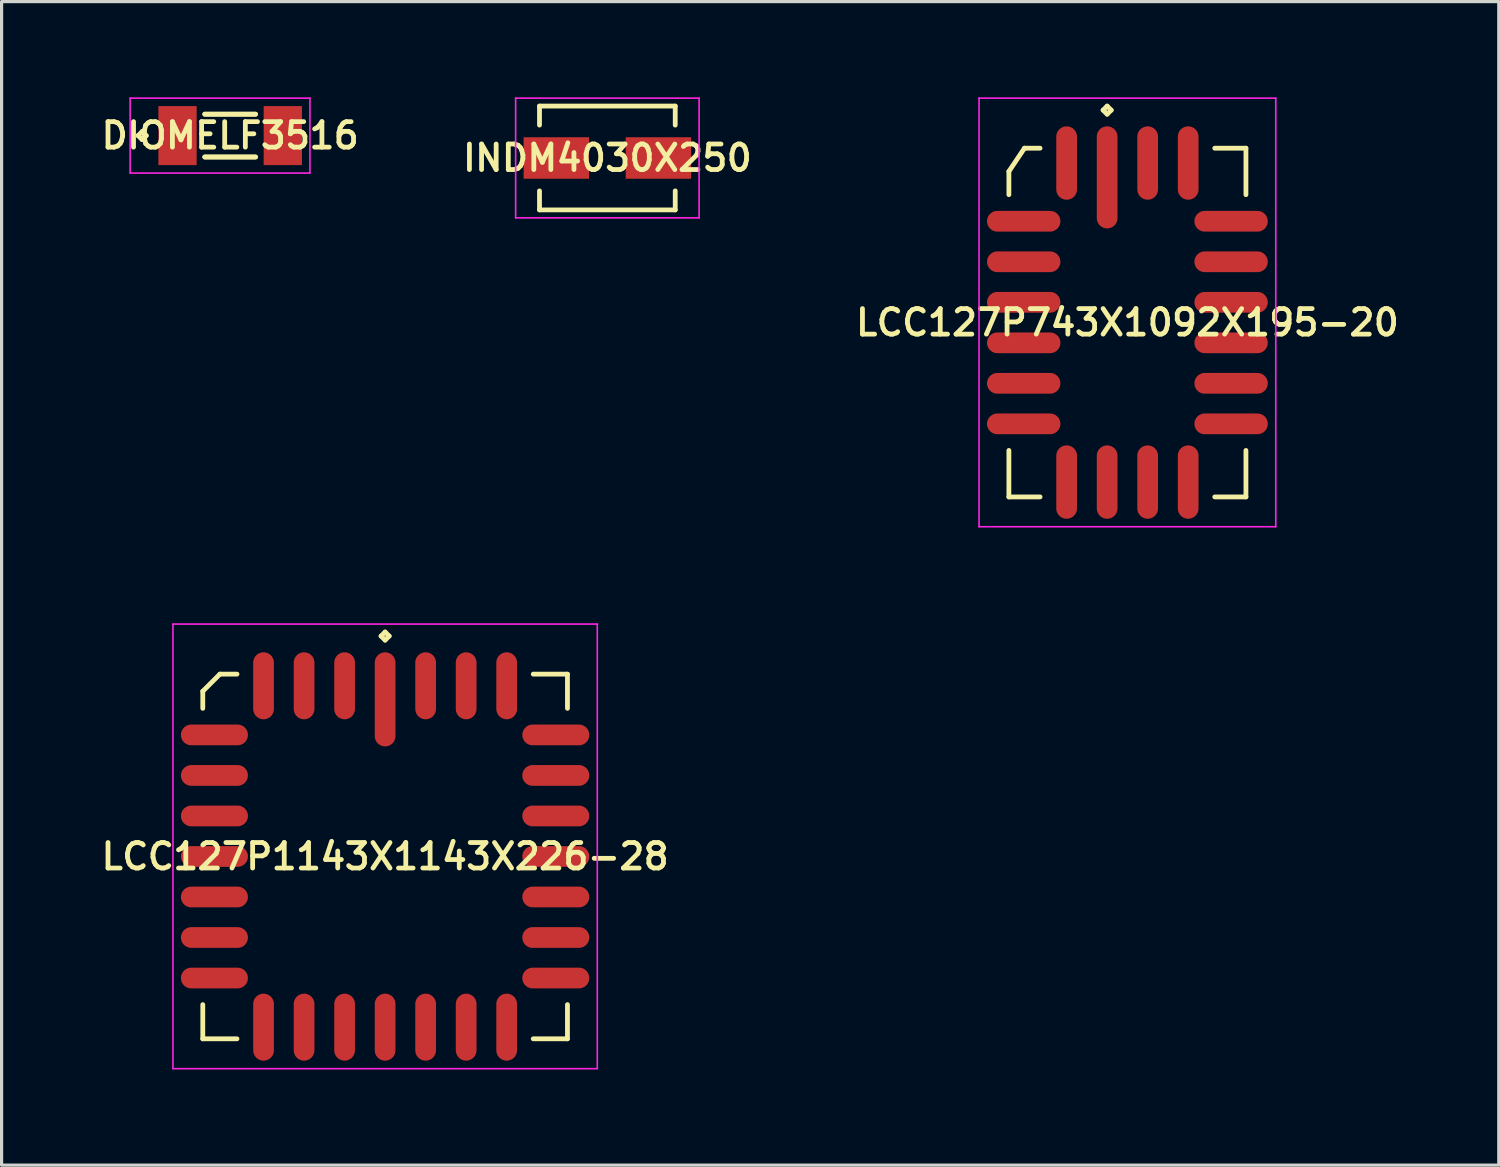
<source format=kicad_pcb>
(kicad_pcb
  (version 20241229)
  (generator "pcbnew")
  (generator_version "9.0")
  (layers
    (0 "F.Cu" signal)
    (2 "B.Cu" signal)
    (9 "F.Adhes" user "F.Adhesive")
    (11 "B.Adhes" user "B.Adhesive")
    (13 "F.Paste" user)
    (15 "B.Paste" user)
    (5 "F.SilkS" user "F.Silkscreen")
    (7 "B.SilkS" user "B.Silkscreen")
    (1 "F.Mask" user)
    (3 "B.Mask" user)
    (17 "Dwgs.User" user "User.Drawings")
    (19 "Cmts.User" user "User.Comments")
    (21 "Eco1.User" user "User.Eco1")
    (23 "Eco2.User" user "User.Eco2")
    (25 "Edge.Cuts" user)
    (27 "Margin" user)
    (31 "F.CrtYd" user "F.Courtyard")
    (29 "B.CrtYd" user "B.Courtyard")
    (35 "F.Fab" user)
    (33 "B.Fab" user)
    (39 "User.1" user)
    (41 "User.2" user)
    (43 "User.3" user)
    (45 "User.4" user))
  (footprint "INDM4030X250"
    (layer "F.Cu")
    (at 15.987 1.902)
    (property "Reference" "INDM4030X250" (at 0 0 0) (layer "F.SilkS") (effects (font (size 0.8 0.8) (thickness 0.15))))
    (attr smd)
    (fp_line (start -2.127 -1.627) (end 2.127 -1.627) (stroke (width 0.15) (type solid)) (layer "F.SilkS"))
    (fp_line (start -2.127 -1.031) (end -2.127 -1.627) (stroke (width 0.15) (type solid)) (layer "F.SilkS"))
    (fp_line (start -2.127 1.031) (end -2.127 1.627) (stroke (width 0.15) (type solid)) (layer "F.SilkS"))
    (fp_line (start -2.127 1.627) (end 2.127 1.627) (stroke (width 0.15) (type solid)) (layer "F.SilkS"))
    (fp_line (start 2.127 -1.627) (end 2.127 -1.031) (stroke (width 0.15) (type solid)) (layer "F.SilkS"))
    (fp_line (start 2.127 1.627) (end 2.127 1.031) (stroke (width 0.15) (type solid)) (layer "F.SilkS"))
    (fp_line (start -2.875 -1.877) (end 2.875 -1.877) (stroke (width 0.05) (type solid)) (layer "F.CrtYd"))
    (fp_line (start -2.875 1.877) (end -2.875 -1.877) (stroke (width 0.05) (type solid)) (layer "F.CrtYd"))
    (fp_line (start 2.875 -1.877) (end 2.875 1.877) (stroke (width 0.05) (type solid)) (layer "F.CrtYd"))
    (fp_line (start 2.875 1.877) (end -2.875 1.877) (stroke (width 0.05) (type solid)) (layer "F.CrtYd"))
    (pad "1" smd rect (at -1.6 0) (size 2.05 1.3) (layers "F.Cu" "F.Mask" "F.Paste"))
    (pad "2" smd rect (at 1.6 0) (size 2.05 1.3) (layers "F.Cu" "F.Mask" "F.Paste")))
  (footprint "DIOMELF3516"
    (layer "F.Cu")
    (at 4.164 1.2)
    (property "Reference" "DIOMELF3516" (at 0 0 0) (layer "F.SilkS") (effects (font (size 0.8 0.8) (thickness 0.15))))
    (attr smd)
    (fp_line (start -2.885 0) (end -2.758 -0.127) (stroke (width 0.15) (type solid)) (layer "F.SilkS"))
    (fp_line (start -2.758 -0.127) (end -2.631 0) (stroke (width 0.15) (type solid)) (layer "F.SilkS"))
    (fp_line (start -2.758 0.127) (end -2.885 0) (stroke (width 0.15) (type solid)) (layer "F.SilkS"))
    (fp_line (start -2.631 0) (end -2.758 0.127) (stroke (width 0.15) (type solid)) (layer "F.SilkS"))
    (fp_line (start -0.796 -0.671) (end 0.796 -0.671) (stroke (width 0.15) (type solid)) (layer "F.SilkS"))
    (fp_line (start -0.796 0.671) (end 0.796 0.671) (stroke (width 0.15) (type solid)) (layer "F.SilkS"))
    (fp_line (start 0.796 -0.671) (end -0.796 -0.671) (stroke (width 0.15) (type solid)) (layer "F.SilkS"))
    (fp_line (start 0.796 0.671) (end -0.796 0.671) (stroke (width 0.15) (type solid)) (layer "F.SilkS"))
    (fp_line (start -3.135 -1.175) (end 2.5 -1.175) (stroke (width 0.05) (type solid)) (layer "F.CrtYd"))
    (fp_line (start -3.135 1.175) (end -3.135 -1.175) (stroke (width 0.05) (type solid)) (layer "F.CrtYd"))
    (fp_line (start 2.5 -1.175) (end 2.5 1.175) (stroke (width 0.05) (type solid)) (layer "F.CrtYd"))
    (fp_line (start 2.5 1.175) (end -3.135 1.175) (stroke (width 0.05) (type solid)) (layer "F.CrtYd"))
    (pad "1" smd rect (at -1.65 0) (size 1.2 1.85) (layers "F.Cu" "F.Mask" "F.Paste"))
    (pad "2" smd rect (at 1.65 0) (size 1.2 1.85) (layers "F.Cu" "F.Mask" "F.Paste")))
  (footprint "LCC127P1143X1143X226-28"
    (layer "F.Cu")
    (at 9.021 23.795)
    (property "Reference" "LCC127P1143X1143X226-28" (at 0 0 0) (layer "F.SilkS") (effects (font (size 0.8 0.8) (thickness 0.15))))
    (attr smd)
    (fp_line (start -5.715 -5.179) (end -5.179 -5.715) (stroke (width 0.15) (type solid)) (layer "F.SilkS"))
    (fp_line (start -5.715 -4.643) (end -5.715 -5.179) (stroke (width 0.15) (type solid)) (layer "F.SilkS"))
    (fp_line (start -5.715 4.643) (end -5.715 5.715) (stroke (width 0.15) (type solid)) (layer "F.SilkS"))
    (fp_line (start -5.715 5.715) (end -4.643 5.715) (stroke (width 0.15) (type solid)) (layer "F.SilkS"))
    (fp_line (start -5.179 -5.715) (end -4.643 -5.715) (stroke (width 0.15) (type solid)) (layer "F.SilkS"))
    (fp_line (start -0.127 -6.908) (end 0 -7.035) (stroke (width 0.15) (type solid)) (layer "F.SilkS"))
    (fp_line (start 0 -7.035) (end 0.127 -6.908) (stroke (width 0.15) (type solid)) (layer "F.SilkS"))
    (fp_line (start 0 -6.781) (end -0.127 -6.908) (stroke (width 0.15) (type solid)) (layer "F.SilkS"))
    (fp_line (start 0.127 -6.908) (end 0 -6.781) (stroke (width 0.15) (type solid)) (layer "F.SilkS"))
    (fp_line (start 5.715 -5.715) (end 4.643 -5.715) (stroke (width 0.15) (type solid)) (layer "F.SilkS"))
    (fp_line (start 5.715 -4.643) (end 5.715 -5.715) (stroke (width 0.15) (type solid)) (layer "F.SilkS"))
    (fp_line (start 5.715 4.643) (end 5.715 5.715) (stroke (width 0.15) (type solid)) (layer "F.SilkS"))
    (fp_line (start 5.715 5.715) (end 4.643 5.715) (stroke (width 0.15) (type solid)) (layer "F.SilkS"))
    (fp_line (start -6.65 -7.285) (end 6.65 -7.285) (stroke (width 0.05) (type solid)) (layer "F.CrtYd"))
    (fp_line (start -6.65 6.65) (end -6.65 -7.285) (stroke (width 0.05) (type solid)) (layer "F.CrtYd"))
    (fp_line (start 6.65 -7.285) (end 6.65 6.65) (stroke (width 0.05) (type solid)) (layer "F.CrtYd"))
    (fp_line (start 6.65 6.65) (end -6.65 6.65) (stroke (width 0.05) (type solid)) (layer "F.CrtYd"))
    (pad "1" smd oval (at 0 -4.925) (size 0.65 2.95) (layers "F.Cu" "F.Mask" "F.Paste"))
    (pad "2" smd oval (at -1.27 -5.35) (size 0.65 2.1) (layers "F.Cu" "F.Mask" "F.Paste"))
    (pad "3" smd oval (at -2.54 -5.35) (size 0.65 2.1) (layers "F.Cu" "F.Mask" "F.Paste"))
    (pad "4" smd oval (at -3.81 -5.35) (size 0.65 2.1) (layers "F.Cu" "F.Mask" "F.Paste"))
    (pad "5" smd oval (at -5.35 -3.81) (size 2.1 0.65) (layers "F.Cu" "F.Mask" "F.Paste"))
    (pad "6" smd oval (at -5.35 -2.54) (size 2.1 0.65) (layers "F.Cu" "F.Mask" "F.Paste"))
    (pad "7" smd oval (at -5.35 -1.27) (size 2.1 0.65) (layers "F.Cu" "F.Mask" "F.Paste"))
    (pad "8" smd oval (at -5.35 0) (size 2.1 0.65) (layers "F.Cu" "F.Mask" "F.Paste"))
    (pad "9" smd oval (at -5.35 1.27) (size 2.1 0.65) (layers "F.Cu" "F.Mask" "F.Paste"))
    (pad "10" smd oval (at -5.35 2.54) (size 2.1 0.65) (layers "F.Cu" "F.Mask" "F.Paste"))
    (pad "11" smd oval (at -5.35 3.81) (size 2.1 0.65) (layers "F.Cu" "F.Mask" "F.Paste"))
    (pad "12" smd oval (at -3.81 5.35) (size 0.65 2.1) (layers "F.Cu" "F.Mask" "F.Paste"))
    (pad "13" smd oval (at -2.54 5.35) (size 0.65 2.1) (layers "F.Cu" "F.Mask" "F.Paste"))
    (pad "14" smd oval (at -1.27 5.35) (size 0.65 2.1) (layers "F.Cu" "F.Mask" "F.Paste"))
    (pad "15" smd oval (at 0 5.35) (size 0.65 2.1) (layers "F.Cu" "F.Mask" "F.Paste"))
    (pad "16" smd oval (at 1.27 5.35) (size 0.65 2.1) (layers "F.Cu" "F.Mask" "F.Paste"))
    (pad "17" smd oval (at 2.54 5.35) (size 0.65 2.1) (layers "F.Cu" "F.Mask" "F.Paste"))
    (pad "18" smd oval (at 3.81 5.35) (size 0.65 2.1) (layers "F.Cu" "F.Mask" "F.Paste"))
    (pad "19" smd oval (at 5.35 3.81) (size 2.1 0.65) (layers "F.Cu" "F.Mask" "F.Paste"))
    (pad "20" smd oval (at 5.35 2.54) (size 2.1 0.65) (layers "F.Cu" "F.Mask" "F.Paste"))
    (pad "21" smd oval (at 5.35 1.27) (size 2.1 0.65) (layers "F.Cu" "F.Mask" "F.Paste"))
    (pad "22" smd oval (at 5.35 0) (size 2.1 0.65) (layers "F.Cu" "F.Mask" "F.Paste"))
    (pad "23" smd oval (at 5.35 -1.27) (size 2.1 0.65) (layers "F.Cu" "F.Mask" "F.Paste"))
    (pad "24" smd oval (at 5.35 -2.54) (size 2.1 0.65) (layers "F.Cu" "F.Mask" "F.Paste"))
    (pad "25" smd oval (at 5.35 -3.81) (size 2.1 0.65) (layers "F.Cu" "F.Mask" "F.Paste"))
    (pad "26" smd oval (at 3.81 -5.35) (size 0.65 2.1) (layers "F.Cu" "F.Mask" "F.Paste"))
    (pad "27" smd oval (at 2.54 -5.35) (size 0.65 2.1) (layers "F.Cu" "F.Mask" "F.Paste"))
    (pad "28" smd oval (at 1.27 -5.35) (size 0.65 2.1) (layers "F.Cu" "F.Mask" "F.Paste")))
  (footprint "LCC127P743X1092X195-20"
    (layer "F.Cu")
    (at 32.287 7.06)
    (property "Reference" "LCC127P743X1092X195-20" (at 0 0 0) (layer "F.SilkS") (effects (font (size 0.8 0.8) (thickness 0.15))))
    (attr smd)
    (fp_line (start -3.715 -4.737) (end -3.227 -5.465) (stroke (width 0.15) (type solid)) (layer "F.SilkS"))
    (fp_line (start -3.715 -4.008) (end -3.715 -4.737) (stroke (width 0.15) (type solid)) (layer "F.SilkS"))
    (fp_line (start -3.715 4.008) (end -3.715 5.465) (stroke (width 0.15) (type solid)) (layer "F.SilkS"))
    (fp_line (start -3.715 5.465) (end -2.738 5.465) (stroke (width 0.15) (type solid)) (layer "F.SilkS"))
    (fp_line (start -3.227 -5.465) (end -2.738 -5.465) (stroke (width 0.15) (type solid)) (layer "F.SilkS"))
    (fp_line (start -0.762 -6.658) (end -0.635 -6.785) (stroke (width 0.15) (type solid)) (layer "F.SilkS"))
    (fp_line (start -0.635 -6.785) (end -0.508 -6.658) (stroke (width 0.15) (type solid)) (layer "F.SilkS"))
    (fp_line (start -0.635 -6.531) (end -0.762 -6.658) (stroke (width 0.15) (type solid)) (layer "F.SilkS"))
    (fp_line (start -0.508 -6.658) (end -0.635 -6.531) (stroke (width 0.15) (type solid)) (layer "F.SilkS"))
    (fp_line (start 3.715 -5.465) (end 2.738 -5.465) (stroke (width 0.15) (type solid)) (layer "F.SilkS"))
    (fp_line (start 3.715 -4.008) (end 3.715 -5.465) (stroke (width 0.15) (type solid)) (layer "F.SilkS"))
    (fp_line (start 3.715 4.008) (end 3.715 5.465) (stroke (width 0.15) (type solid)) (layer "F.SilkS"))
    (fp_line (start 3.715 5.465) (end 2.738 5.465) (stroke (width 0.15) (type solid)) (layer "F.SilkS"))
    (fp_line (start -4.65 -7.035) (end 4.65 -7.035) (stroke (width 0.05) (type solid)) (layer "F.CrtYd"))
    (fp_line (start -4.65 6.4) (end -4.65 -7.035) (stroke (width 0.05) (type solid)) (layer "F.CrtYd"))
    (fp_line (start 4.65 -7.035) (end 4.65 6.4) (stroke (width 0.05) (type solid)) (layer "F.CrtYd"))
    (fp_line (start 4.65 6.4) (end -4.65 6.4) (stroke (width 0.05) (type solid)) (layer "F.CrtYd"))
    (pad "1" smd oval (at -0.635 -4.55) (size 0.65 3.2) (layers "F.Cu" "F.Mask" "F.Paste"))
    (pad "2" smd oval (at -1.905 -5) (size 0.65 2.3) (layers "F.Cu" "F.Mask" "F.Paste"))
    (pad "3" smd oval (at -3.25 -3.175) (size 2.3 0.65) (layers "F.Cu" "F.Mask" "F.Paste"))
    (pad "4" smd oval (at -3.25 -1.905) (size 2.3 0.65) (layers "F.Cu" "F.Mask" "F.Paste"))
    (pad "5" smd oval (at -3.25 -0.635) (size 2.3 0.65) (layers "F.Cu" "F.Mask" "F.Paste"))
    (pad "6" smd oval (at -3.25 0.635) (size 2.3 0.65) (layers "F.Cu" "F.Mask" "F.Paste"))
    (pad "7" smd oval (at -3.25 1.905) (size 2.3 0.65) (layers "F.Cu" "F.Mask" "F.Paste"))
    (pad "8" smd oval (at -3.25 3.175) (size 2.3 0.65) (layers "F.Cu" "F.Mask" "F.Paste"))
    (pad "9" smd oval (at -1.905 5) (size 0.65 2.3) (layers "F.Cu" "F.Mask" "F.Paste"))
    (pad "10" smd oval (at -0.635 5) (size 0.65 2.3) (layers "F.Cu" "F.Mask" "F.Paste"))
    (pad "11" smd oval (at 0.635 5) (size 0.65 2.3) (layers "F.Cu" "F.Mask" "F.Paste"))
    (pad "12" smd oval (at 1.905 5) (size 0.65 2.3) (layers "F.Cu" "F.Mask" "F.Paste"))
    (pad "13" smd oval (at 3.25 3.175) (size 2.3 0.65) (layers "F.Cu" "F.Mask" "F.Paste"))
    (pad "14" smd oval (at 3.25 1.905) (size 2.3 0.65) (layers "F.Cu" "F.Mask" "F.Paste"))
    (pad "15" smd oval (at 3.25 0.635) (size 2.3 0.65) (layers "F.Cu" "F.Mask" "F.Paste"))
    (pad "16" smd oval (at 3.25 -0.635) (size 2.3 0.65) (layers "F.Cu" "F.Mask" "F.Paste"))
    (pad "17" smd oval (at 3.25 -1.905) (size 2.3 0.65) (layers "F.Cu" "F.Mask" "F.Paste"))
    (pad "18" smd oval (at 3.25 -3.175) (size 2.3 0.65) (layers "F.Cu" "F.Mask" "F.Paste"))
    (pad "19" smd oval (at 1.905 -5) (size 0.65 2.3) (layers "F.Cu" "F.Mask" "F.Paste"))
    (pad "20" smd oval (at 0.635 -5) (size 0.65 2.3) (layers "F.Cu" "F.Mask" "F.Paste")))
  (gr_rect
    (start -3 -3)
    (end 43.927 33.47)
    (stroke (width 0.1) (type default))
    (fill no)
    (layer "Edge.Cuts")))
</source>
